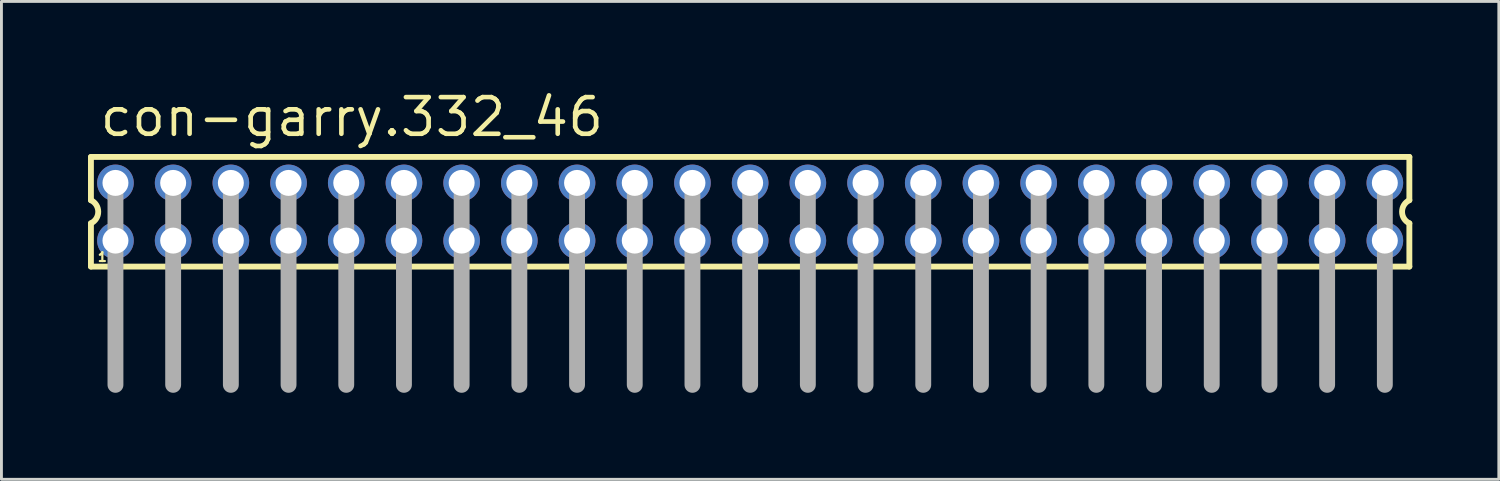
<source format=kicad_pcb>
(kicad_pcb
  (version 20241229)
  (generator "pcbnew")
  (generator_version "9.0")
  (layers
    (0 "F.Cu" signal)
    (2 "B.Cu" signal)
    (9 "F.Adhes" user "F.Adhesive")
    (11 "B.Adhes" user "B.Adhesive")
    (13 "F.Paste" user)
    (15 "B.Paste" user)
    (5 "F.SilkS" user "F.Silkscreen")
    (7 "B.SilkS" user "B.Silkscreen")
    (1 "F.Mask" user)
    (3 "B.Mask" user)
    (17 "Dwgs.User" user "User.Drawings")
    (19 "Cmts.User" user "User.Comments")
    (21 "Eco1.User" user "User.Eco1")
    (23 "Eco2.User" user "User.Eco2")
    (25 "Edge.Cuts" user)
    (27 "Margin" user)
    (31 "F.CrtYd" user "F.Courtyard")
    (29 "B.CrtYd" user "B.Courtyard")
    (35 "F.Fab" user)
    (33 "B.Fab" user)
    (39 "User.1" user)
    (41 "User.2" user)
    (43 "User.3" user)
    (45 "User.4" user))
  (footprint "con-garry.332_46"
    (layer "F.Cu")
    (at 22.952 4.29)
    (property "Reference" "con-garry.332_46" (at -22.62 -2.54 0) (layer "F.SilkS") (effects (font (size 1.27 1.27) (thickness 0.16)) (justify left bottom)))
    (attr through_hole)
    (fp_line (start -22.85 -1.9) (end -22.85 -0.4) (stroke (width 0.203) (type default)) (layer "F.SilkS"))
    (fp_line (start -22.85 0.4) (end -22.85 1.9) (stroke (width 0.203) (type default)) (layer "F.SilkS"))
    (fp_line (start -22.85 1.9) (end 22.85 1.9) (stroke (width 0.203) (type default)) (layer "F.SilkS"))
    (fp_line (start 22.85 -1.9) (end -22.85 -1.9) (stroke (width 0.203) (type default)) (layer "F.SilkS"))
    (fp_line (start 22.85 -0.4) (end 22.85 -1.9) (stroke (width 0.203) (type default)) (layer "F.SilkS"))
    (fp_line (start 22.85 1.9) (end 22.85 0.4) (stroke (width 0.203) (type default)) (layer "F.SilkS"))
    (fp_arc (start -22.85 -0.4) (mid -22.597167 0) (end -22.85 0.4) (stroke (width 0.2032) (type default)) (layer "F.SilkS"))
    (fp_arc (start 22.85 0.4) (mid 22.597167 0) (end 22.85 -0.4) (stroke (width 0.2032) (type default)) (layer "F.SilkS"))
    (fp_line (start -22 -1) (end -22 6) (stroke (width 0.55) (type default)) (layer "F.Fab"))
    (fp_line (start -20 -1) (end -20 6) (stroke (width 0.55) (type default)) (layer "F.Fab"))
    (fp_line (start -18 -1) (end -18 6) (stroke (width 0.55) (type default)) (layer "F.Fab"))
    (fp_line (start -16 -1) (end -16 6) (stroke (width 0.55) (type default)) (layer "F.Fab"))
    (fp_line (start -14 -1) (end -14 6) (stroke (width 0.55) (type default)) (layer "F.Fab"))
    (fp_line (start -12 -1) (end -12 6) (stroke (width 0.55) (type default)) (layer "F.Fab"))
    (fp_line (start -10 -1) (end -10 6) (stroke (width 0.55) (type default)) (layer "F.Fab"))
    (fp_line (start -8 -1) (end -8 6) (stroke (width 0.55) (type default)) (layer "F.Fab"))
    (fp_line (start -6 -1) (end -6 6) (stroke (width 0.55) (type default)) (layer "F.Fab"))
    (fp_line (start -4 -1) (end -4 6) (stroke (width 0.55) (type default)) (layer "F.Fab"))
    (fp_line (start -2 -1) (end -2 6) (stroke (width 0.55) (type default)) (layer "F.Fab"))
    (fp_line (start 0 -1) (end 0 6) (stroke (width 0.55) (type default)) (layer "F.Fab"))
    (fp_line (start 2 -1) (end 2 6) (stroke (width 0.55) (type default)) (layer "F.Fab"))
    (fp_line (start 4 -1) (end 4 6) (stroke (width 0.55) (type default)) (layer "F.Fab"))
    (fp_line (start 6 -1) (end 6 6) (stroke (width 0.55) (type default)) (layer "F.Fab"))
    (fp_line (start 8 -1) (end 8 6) (stroke (width 0.55) (type default)) (layer "F.Fab"))
    (fp_line (start 10 -1) (end 10 6) (stroke (width 0.55) (type default)) (layer "F.Fab"))
    (fp_line (start 12 -1) (end 12 6) (stroke (width 0.55) (type default)) (layer "F.Fab"))
    (fp_line (start 14 -1) (end 14 6) (stroke (width 0.55) (type default)) (layer "F.Fab"))
    (fp_line (start 16 -1) (end 16 6) (stroke (width 0.55) (type default)) (layer "F.Fab"))
    (fp_line (start 18 -1) (end 18 6) (stroke (width 0.55) (type default)) (layer "F.Fab"))
    (fp_line (start 20 -1) (end 20 6) (stroke (width 0.55) (type default)) (layer "F.Fab"))
    (fp_line (start 22 -1) (end 22 6) (stroke (width 0.55) (type default)) (layer "F.Fab"))
    (fp_rect (start -22.25 -0.75) (end -21.75 -1.25) (stroke (width 0.05) (type default)) (fill no) (layer "F.Fab"))
    (fp_rect (start -22.25 1.25) (end -21.75 0.75) (stroke (width 0.05) (type default)) (fill no) (layer "F.Fab"))
    (fp_rect (start -20.25 -0.75) (end -19.75 -1.25) (stroke (width 0.05) (type default)) (fill no) (layer "F.Fab"))
    (fp_rect (start -20.25 1.25) (end -19.75 0.75) (stroke (width 0.05) (type default)) (fill no) (layer "F.Fab"))
    (fp_rect (start -18.25 -0.75) (end -17.75 -1.25) (stroke (width 0.05) (type default)) (fill no) (layer "F.Fab"))
    (fp_rect (start -18.25 1.25) (end -17.75 0.75) (stroke (width 0.05) (type default)) (fill no) (layer "F.Fab"))
    (fp_rect (start -16.25 -0.75) (end -15.75 -1.25) (stroke (width 0.05) (type default)) (fill no) (layer "F.Fab"))
    (fp_rect (start -16.25 1.25) (end -15.75 0.75) (stroke (width 0.05) (type default)) (fill no) (layer "F.Fab"))
    (fp_rect (start -14.25 -0.75) (end -13.75 -1.25) (stroke (width 0.05) (type default)) (fill no) (layer "F.Fab"))
    (fp_rect (start -14.25 1.25) (end -13.75 0.75) (stroke (width 0.05) (type default)) (fill no) (layer "F.Fab"))
    (fp_rect (start -12.25 -0.75) (end -11.75 -1.25) (stroke (width 0.05) (type default)) (fill no) (layer "F.Fab"))
    (fp_rect (start -12.25 1.25) (end -11.75 0.75) (stroke (width 0.05) (type default)) (fill no) (layer "F.Fab"))
    (fp_rect (start -10.25 -0.75) (end -9.75 -1.25) (stroke (width 0.05) (type default)) (fill no) (layer "F.Fab"))
    (fp_rect (start -10.25 1.25) (end -9.75 0.75) (stroke (width 0.05) (type default)) (fill no) (layer "F.Fab"))
    (fp_rect (start -8.25 -0.75) (end -7.75 -1.25) (stroke (width 0.05) (type default)) (fill no) (layer "F.Fab"))
    (fp_rect (start -8.25 1.25) (end -7.75 0.75) (stroke (width 0.05) (type default)) (fill no) (layer "F.Fab"))
    (fp_rect (start -6.25 -0.75) (end -5.75 -1.25) (stroke (width 0.05) (type default)) (fill no) (layer "F.Fab"))
    (fp_rect (start -6.25 1.25) (end -5.75 0.75) (stroke (width 0.05) (type default)) (fill no) (layer "F.Fab"))
    (fp_rect (start -4.25 -0.75) (end -3.75 -1.25) (stroke (width 0.05) (type default)) (fill no) (layer "F.Fab"))
    (fp_rect (start -4.25 1.25) (end -3.75 0.75) (stroke (width 0.05) (type default)) (fill no) (layer "F.Fab"))
    (fp_rect (start -2.25 -0.75) (end -1.75 -1.25) (stroke (width 0.05) (type default)) (fill no) (layer "F.Fab"))
    (fp_rect (start -2.25 1.25) (end -1.75 0.75) (stroke (width 0.05) (type default)) (fill no) (layer "F.Fab"))
    (fp_rect (start -0.25 -0.75) (end 0.25 -1.25) (stroke (width 0.05) (type default)) (fill no) (layer "F.Fab"))
    (fp_rect (start -0.25 1.25) (end 0.25 0.75) (stroke (width 0.05) (type default)) (fill no) (layer "F.Fab"))
    (fp_rect (start 1.75 -0.75) (end 2.25 -1.25) (stroke (width 0.05) (type default)) (fill no) (layer "F.Fab"))
    (fp_rect (start 1.75 1.25) (end 2.25 0.75) (stroke (width 0.05) (type default)) (fill no) (layer "F.Fab"))
    (fp_rect (start 3.75 -0.75) (end 4.25 -1.25) (stroke (width 0.05) (type default)) (fill no) (layer "F.Fab"))
    (fp_rect (start 3.75 1.25) (end 4.25 0.75) (stroke (width 0.05) (type default)) (fill no) (layer "F.Fab"))
    (fp_rect (start 5.75 -0.75) (end 6.25 -1.25) (stroke (width 0.05) (type default)) (fill no) (layer "F.Fab"))
    (fp_rect (start 5.75 1.25) (end 6.25 0.75) (stroke (width 0.05) (type default)) (fill no) (layer "F.Fab"))
    (fp_rect (start 7.75 -0.75) (end 8.25 -1.25) (stroke (width 0.05) (type default)) (fill no) (layer "F.Fab"))
    (fp_rect (start 7.75 1.25) (end 8.25 0.75) (stroke (width 0.05) (type default)) (fill no) (layer "F.Fab"))
    (fp_rect (start 9.75 -0.75) (end 10.25 -1.25) (stroke (width 0.05) (type default)) (fill no) (layer "F.Fab"))
    (fp_rect (start 9.75 1.25) (end 10.25 0.75) (stroke (width 0.05) (type default)) (fill no) (layer "F.Fab"))
    (fp_rect (start 11.75 -0.75) (end 12.25 -1.25) (stroke (width 0.05) (type default)) (fill no) (layer "F.Fab"))
    (fp_rect (start 11.75 1.25) (end 12.25 0.75) (stroke (width 0.05) (type default)) (fill no) (layer "F.Fab"))
    (fp_rect (start 13.75 -0.75) (end 14.25 -1.25) (stroke (width 0.05) (type default)) (fill no) (layer "F.Fab"))
    (fp_rect (start 13.75 1.25) (end 14.25 0.75) (stroke (width 0.05) (type default)) (fill no) (layer "F.Fab"))
    (fp_rect (start 15.75 -0.75) (end 16.25 -1.25) (stroke (width 0.05) (type default)) (fill no) (layer "F.Fab"))
    (fp_rect (start 15.75 1.25) (end 16.25 0.75) (stroke (width 0.05) (type default)) (fill no) (layer "F.Fab"))
    (fp_rect (start 17.75 -0.75) (end 18.25 -1.25) (stroke (width 0.05) (type default)) (fill no) (layer "F.Fab"))
    (fp_rect (start 17.75 1.25) (end 18.25 0.75) (stroke (width 0.05) (type default)) (fill no) (layer "F.Fab"))
    (fp_rect (start 19.75 -0.75) (end 20.25 -1.25) (stroke (width 0.05) (type default)) (fill no) (layer "F.Fab"))
    (fp_rect (start 19.75 1.25) (end 20.25 0.75) (stroke (width 0.05) (type default)) (fill no) (layer "F.Fab"))
    (fp_rect (start 21.75 -0.75) (end 22.25 -1.25) (stroke (width 0.05) (type default)) (fill no) (layer "F.Fab"))
    (fp_rect (start 21.75 1.25) (end 22.25 0.75) (stroke (width 0.05) (type default)) (fill no) (layer "F.Fab"))
    (fp_text user "1" (at -22.65 1.75 0) (layer "F.SilkS") (effects (font (size 0.305 0.305) (thickness 0.15)) (justify left bottom)))
    (pad "1" thru_hole circle (at -22 1) (size 1.27 1.27) (drill 0.9) (layers "*.Cu" "*.Mask"))
    (pad "2" thru_hole circle (at -22 -1) (size 1.27 1.27) (drill 0.9) (layers "*.Cu" "*.Mask"))
    (pad "3" thru_hole circle (at -20 1) (size 1.27 1.27) (drill 0.9) (layers "*.Cu" "*.Mask"))
    (pad "4" thru_hole circle (at -20 -1) (size 1.27 1.27) (drill 0.9) (layers "*.Cu" "*.Mask"))
    (pad "5" thru_hole circle (at -18 1) (size 1.27 1.27) (drill 0.9) (layers "*.Cu" "*.Mask"))
    (pad "6" thru_hole circle (at -18 -1) (size 1.27 1.27) (drill 0.9) (layers "*.Cu" "*.Mask"))
    (pad "7" thru_hole circle (at -16 1) (size 1.27 1.27) (drill 0.9) (layers "*.Cu" "*.Mask"))
    (pad "8" thru_hole circle (at -16 -1) (size 1.27 1.27) (drill 0.9) (layers "*.Cu" "*.Mask"))
    (pad "9" thru_hole circle (at -14 1) (size 1.27 1.27) (drill 0.9) (layers "*.Cu" "*.Mask"))
    (pad "10" thru_hole circle (at -14 -1) (size 1.27 1.27) (drill 0.9) (layers "*.Cu" "*.Mask"))
    (pad "11" thru_hole circle (at -12 1) (size 1.27 1.27) (drill 0.9) (layers "*.Cu" "*.Mask"))
    (pad "12" thru_hole circle (at -12 -1) (size 1.27 1.27) (drill 0.9) (layers "*.Cu" "*.Mask"))
    (pad "13" thru_hole circle (at -10 1) (size 1.27 1.27) (drill 0.9) (layers "*.Cu" "*.Mask"))
    (pad "14" thru_hole circle (at -10 -1) (size 1.27 1.27) (drill 0.9) (layers "*.Cu" "*.Mask"))
    (pad "15" thru_hole circle (at -8 1) (size 1.27 1.27) (drill 0.9) (layers "*.Cu" "*.Mask"))
    (pad "16" thru_hole circle (at -8 -1) (size 1.27 1.27) (drill 0.9) (layers "*.Cu" "*.Mask"))
    (pad "17" thru_hole circle (at -6 1) (size 1.27 1.27) (drill 0.9) (layers "*.Cu" "*.Mask"))
    (pad "18" thru_hole circle (at -6 -1) (size 1.27 1.27) (drill 0.9) (layers "*.Cu" "*.Mask"))
    (pad "19" thru_hole circle (at -4 1) (size 1.27 1.27) (drill 0.9) (layers "*.Cu" "*.Mask"))
    (pad "20" thru_hole circle (at -4 -1) (size 1.27 1.27) (drill 0.9) (layers "*.Cu" "*.Mask"))
    (pad "21" thru_hole circle (at -2 1) (size 1.27 1.27) (drill 0.9) (layers "*.Cu" "*.Mask"))
    (pad "22" thru_hole circle (at -2 -1) (size 1.27 1.27) (drill 0.9) (layers "*.Cu" "*.Mask"))
    (pad "23" thru_hole circle (at 0 1) (size 1.27 1.27) (drill 0.9) (layers "*.Cu" "*.Mask"))
    (pad "24" thru_hole circle (at 0 -1) (size 1.27 1.27) (drill 0.9) (layers "*.Cu" "*.Mask"))
    (pad "25" thru_hole circle (at 2 1) (size 1.27 1.27) (drill 0.9) (layers "*.Cu" "*.Mask"))
    (pad "26" thru_hole circle (at 2 -1) (size 1.27 1.27) (drill 0.9) (layers "*.Cu" "*.Mask"))
    (pad "27" thru_hole circle (at 4 1) (size 1.27 1.27) (drill 0.9) (layers "*.Cu" "*.Mask"))
    (pad "28" thru_hole circle (at 4 -1) (size 1.27 1.27) (drill 0.9) (layers "*.Cu" "*.Mask"))
    (pad "29" thru_hole circle (at 6 1) (size 1.27 1.27) (drill 0.9) (layers "*.Cu" "*.Mask"))
    (pad "30" thru_hole circle (at 6 -1) (size 1.27 1.27) (drill 0.9) (layers "*.Cu" "*.Mask"))
    (pad "31" thru_hole circle (at 8 1) (size 1.27 1.27) (drill 0.9) (layers "*.Cu" "*.Mask"))
    (pad "32" thru_hole circle (at 8 -1) (size 1.27 1.27) (drill 0.9) (layers "*.Cu" "*.Mask"))
    (pad "33" thru_hole circle (at 10 1) (size 1.27 1.27) (drill 0.9) (layers "*.Cu" "*.Mask"))
    (pad "34" thru_hole circle (at 10 -1) (size 1.27 1.27) (drill 0.9) (layers "*.Cu" "*.Mask"))
    (pad "35" thru_hole circle (at 12 1) (size 1.27 1.27) (drill 0.9) (layers "*.Cu" "*.Mask"))
    (pad "36" thru_hole circle (at 12 -1) (size 1.27 1.27) (drill 0.9) (layers "*.Cu" "*.Mask"))
    (pad "37" thru_hole circle (at 14 1) (size 1.27 1.27) (drill 0.9) (layers "*.Cu" "*.Mask"))
    (pad "38" thru_hole circle (at 14 -1) (size 1.27 1.27) (drill 0.9) (layers "*.Cu" "*.Mask"))
    (pad "39" thru_hole circle (at 16 1) (size 1.27 1.27) (drill 0.9) (layers "*.Cu" "*.Mask"))
    (pad "40" thru_hole circle (at 16 -1) (size 1.27 1.27) (drill 0.9) (layers "*.Cu" "*.Mask"))
    (pad "41" thru_hole circle (at 18 1) (size 1.27 1.27) (drill 0.9) (layers "*.Cu" "*.Mask"))
    (pad "42" thru_hole circle (at 18 -1) (size 1.27 1.27) (drill 0.9) (layers "*.Cu" "*.Mask"))
    (pad "43" thru_hole circle (at 20 1) (size 1.27 1.27) (drill 0.9) (layers "*.Cu" "*.Mask"))
    (pad "44" thru_hole circle (at 20 -1) (size 1.27 1.27) (drill 0.9) (layers "*.Cu" "*.Mask"))
    (pad "45" thru_hole circle (at 22 1) (size 1.27 1.27) (drill 0.9) (layers "*.Cu" "*.Mask"))
    (pad "46" thru_hole circle (at 22 -1) (size 1.27 1.27) (drill 0.9) (layers "*.Cu" "*.Mask")))
  (gr_rect
    (start -3 -3)
    (end 48.903 13.565)
    (stroke (width 0.1) (type default))
    (fill no)
    (layer "Edge.Cuts")))
</source>
